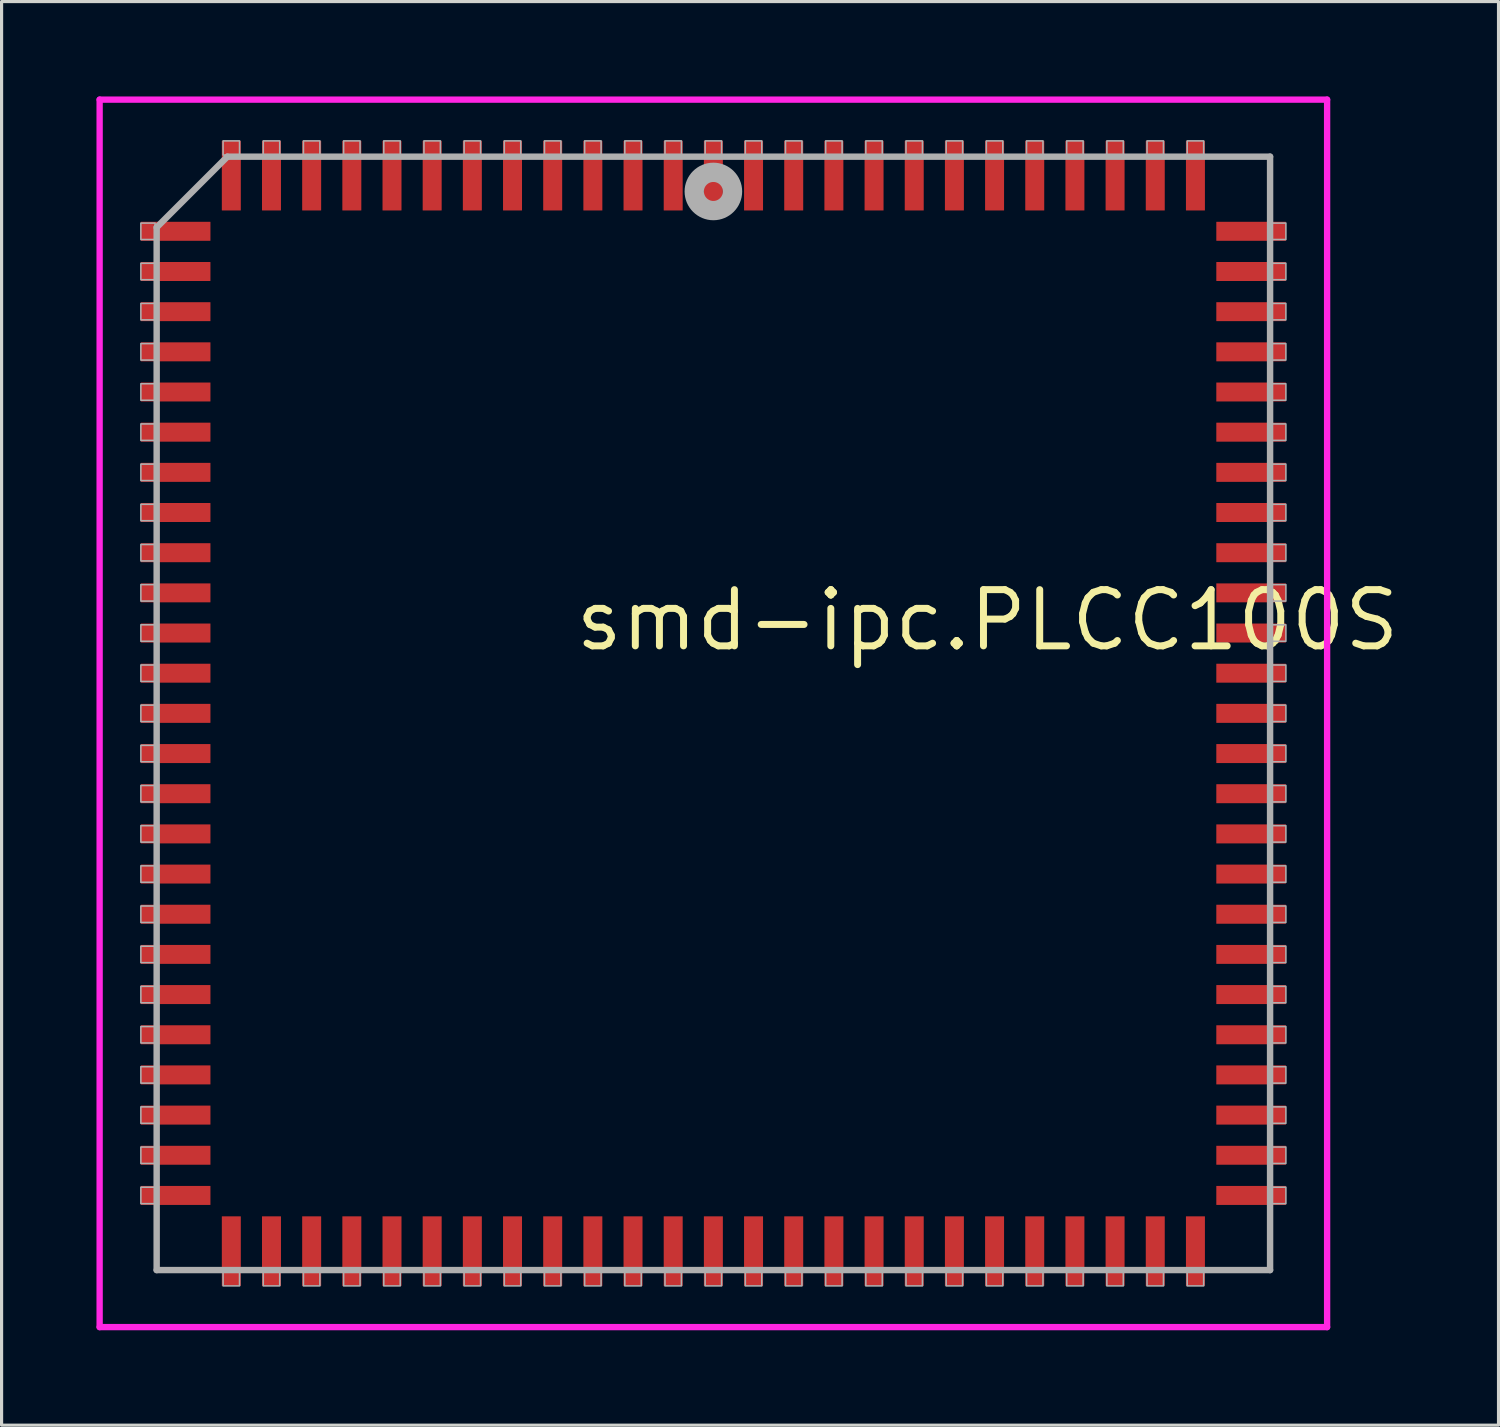
<source format=kicad_pcb>
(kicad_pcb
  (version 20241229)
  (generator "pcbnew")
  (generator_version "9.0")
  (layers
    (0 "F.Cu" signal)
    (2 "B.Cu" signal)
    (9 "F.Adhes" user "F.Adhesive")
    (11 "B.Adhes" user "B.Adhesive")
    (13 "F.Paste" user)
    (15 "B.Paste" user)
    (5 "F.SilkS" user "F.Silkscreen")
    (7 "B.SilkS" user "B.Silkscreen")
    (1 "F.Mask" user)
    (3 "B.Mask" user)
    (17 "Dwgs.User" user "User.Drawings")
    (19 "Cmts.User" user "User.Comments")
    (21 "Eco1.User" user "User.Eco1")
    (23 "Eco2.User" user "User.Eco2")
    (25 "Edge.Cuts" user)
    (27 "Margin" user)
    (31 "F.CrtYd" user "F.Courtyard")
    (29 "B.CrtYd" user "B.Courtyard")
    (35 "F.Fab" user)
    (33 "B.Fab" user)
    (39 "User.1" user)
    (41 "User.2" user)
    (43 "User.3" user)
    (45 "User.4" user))
  (footprint "smd-ipc.PLCC100S"
    (layer "F.Cu")
    (at 19.503 19.503)
    (property "Reference" "smd-ipc.PLCC100S" (at -4.475 -1.905 0) (layer "F.SilkS") (effects (font (size 1.778 1.778) (thickness 0.22)) (justify left bottom)))
    (attr smd)
    (fp_line (start -19.403 -19.403) (end 19.403 -19.403) (stroke (width 0.2) (type default)) (layer "F.CrtYd"))
    (fp_line (start -19.403 19.403) (end -19.403 -19.403) (stroke (width 0.2) (type default)) (layer "F.CrtYd"))
    (fp_line (start 19.403 -19.403) (end 19.403 19.403) (stroke (width 0.2) (type default)) (layer "F.CrtYd"))
    (fp_line (start 19.403 19.403) (end -19.403 19.403) (stroke (width 0.2) (type default)) (layer "F.CrtYd"))
    (fp_line (start -17.6 -15.365) (end -17.6 17.6) (stroke (width 0.203) (type default)) (layer "F.Fab"))
    (fp_line (start -17.6 17.6) (end 17.6 17.6) (stroke (width 0.203) (type default)) (layer "F.Fab"))
    (fp_line (start -15.365 -17.6) (end -17.6 -15.365) (stroke (width 0.203) (type default)) (layer "F.Fab"))
    (fp_line (start 17.6 -17.6) (end -15.365 -17.6) (stroke (width 0.203) (type default)) (layer "F.Fab"))
    (fp_line (start 17.6 17.6) (end 17.6 -17.6) (stroke (width 0.203) (type default)) (layer "F.Fab"))
    (fp_rect (start -18.1 -14.98) (end -17.65 -15.5) (stroke (width 0.05) (type default)) (fill no) (layer "F.Fab"))
    (fp_rect (start -18.1 -13.71) (end -17.65 -14.23) (stroke (width 0.05) (type default)) (fill no) (layer "F.Fab"))
    (fp_rect (start -18.1 -12.44) (end -17.65 -12.96) (stroke (width 0.05) (type default)) (fill no) (layer "F.Fab"))
    (fp_rect (start -18.1 -11.17) (end -17.65 -11.69) (stroke (width 0.05) (type default)) (fill no) (layer "F.Fab"))
    (fp_rect (start -18.1 -9.9) (end -17.65 -10.42) (stroke (width 0.05) (type default)) (fill no) (layer "F.Fab"))
    (fp_rect (start -18.1 -8.63) (end -17.65 -9.15) (stroke (width 0.05) (type default)) (fill no) (layer "F.Fab"))
    (fp_rect (start -18.1 -7.36) (end -17.65 -7.88) (stroke (width 0.05) (type default)) (fill no) (layer "F.Fab"))
    (fp_rect (start -18.1 -6.09) (end -17.65 -6.61) (stroke (width 0.05) (type default)) (fill no) (layer "F.Fab"))
    (fp_rect (start -18.1 -4.82) (end -17.65 -5.34) (stroke (width 0.05) (type default)) (fill no) (layer "F.Fab"))
    (fp_rect (start -18.1 -3.55) (end -17.65 -4.07) (stroke (width 0.05) (type default)) (fill no) (layer "F.Fab"))
    (fp_rect (start -18.1 -2.28) (end -17.65 -2.8) (stroke (width 0.05) (type default)) (fill no) (layer "F.Fab"))
    (fp_rect (start -18.1 -1.01) (end -17.65 -1.53) (stroke (width 0.05) (type default)) (fill no) (layer "F.Fab"))
    (fp_rect (start -18.1 0.26) (end -17.65 -0.26) (stroke (width 0.05) (type default)) (fill no) (layer "F.Fab"))
    (fp_rect (start -18.1 1.53) (end -17.65 1.01) (stroke (width 0.05) (type default)) (fill no) (layer "F.Fab"))
    (fp_rect (start -18.1 2.8) (end -17.65 2.28) (stroke (width 0.05) (type default)) (fill no) (layer "F.Fab"))
    (fp_rect (start -18.1 4.07) (end -17.65 3.55) (stroke (width 0.05) (type default)) (fill no) (layer "F.Fab"))
    (fp_rect (start -18.1 5.34) (end -17.65 4.82) (stroke (width 0.05) (type default)) (fill no) (layer "F.Fab"))
    (fp_rect (start -18.1 6.61) (end -17.65 6.09) (stroke (width 0.05) (type default)) (fill no) (layer "F.Fab"))
    (fp_rect (start -18.1 7.88) (end -17.65 7.36) (stroke (width 0.05) (type default)) (fill no) (layer "F.Fab"))
    (fp_rect (start -18.1 9.15) (end -17.65 8.63) (stroke (width 0.05) (type default)) (fill no) (layer "F.Fab"))
    (fp_rect (start -18.1 10.42) (end -17.65 9.9) (stroke (width 0.05) (type default)) (fill no) (layer "F.Fab"))
    (fp_rect (start -18.1 11.69) (end -17.65 11.17) (stroke (width 0.05) (type default)) (fill no) (layer "F.Fab"))
    (fp_rect (start -18.1 12.96) (end -17.65 12.44) (stroke (width 0.05) (type default)) (fill no) (layer "F.Fab"))
    (fp_rect (start -18.1 14.23) (end -17.65 13.71) (stroke (width 0.05) (type default)) (fill no) (layer "F.Fab"))
    (fp_rect (start -18.1 15.5) (end -17.65 14.98) (stroke (width 0.05) (type default)) (fill no) (layer "F.Fab"))
    (fp_rect (start -15.5 -17.65) (end -14.98 -18.1) (stroke (width 0.05) (type default)) (fill no) (layer "F.Fab"))
    (fp_rect (start -15.5 18.1) (end -14.98 17.65) (stroke (width 0.05) (type default)) (fill no) (layer "F.Fab"))
    (fp_rect (start -14.23 -17.65) (end -13.71 -18.1) (stroke (width 0.05) (type default)) (fill no) (layer "F.Fab"))
    (fp_rect (start -14.23 18.1) (end -13.71 17.65) (stroke (width 0.05) (type default)) (fill no) (layer "F.Fab"))
    (fp_rect (start -12.96 -17.65) (end -12.44 -18.1) (stroke (width 0.05) (type default)) (fill no) (layer "F.Fab"))
    (fp_rect (start -12.96 18.1) (end -12.44 17.65) (stroke (width 0.05) (type default)) (fill no) (layer "F.Fab"))
    (fp_rect (start -11.69 -17.65) (end -11.17 -18.1) (stroke (width 0.05) (type default)) (fill no) (layer "F.Fab"))
    (fp_rect (start -11.69 18.1) (end -11.17 17.65) (stroke (width 0.05) (type default)) (fill no) (layer "F.Fab"))
    (fp_rect (start -10.42 -17.65) (end -9.9 -18.1) (stroke (width 0.05) (type default)) (fill no) (layer "F.Fab"))
    (fp_rect (start -10.42 18.1) (end -9.9 17.65) (stroke (width 0.05) (type default)) (fill no) (layer "F.Fab"))
    (fp_rect (start -9.15 -17.65) (end -8.63 -18.1) (stroke (width 0.05) (type default)) (fill no) (layer "F.Fab"))
    (fp_rect (start -9.15 18.1) (end -8.63 17.65) (stroke (width 0.05) (type default)) (fill no) (layer "F.Fab"))
    (fp_rect (start -7.88 -17.65) (end -7.36 -18.1) (stroke (width 0.05) (type default)) (fill no) (layer "F.Fab"))
    (fp_rect (start -7.88 18.1) (end -7.36 17.65) (stroke (width 0.05) (type default)) (fill no) (layer "F.Fab"))
    (fp_rect (start -6.61 -17.65) (end -6.09 -18.1) (stroke (width 0.05) (type default)) (fill no) (layer "F.Fab"))
    (fp_rect (start -6.61 18.1) (end -6.09 17.65) (stroke (width 0.05) (type default)) (fill no) (layer "F.Fab"))
    (fp_rect (start -5.34 -17.65) (end -4.82 -18.1) (stroke (width 0.05) (type default)) (fill no) (layer "F.Fab"))
    (fp_rect (start -5.34 18.1) (end -4.82 17.65) (stroke (width 0.05) (type default)) (fill no) (layer "F.Fab"))
    (fp_rect (start -4.07 -17.65) (end -3.55 -18.1) (stroke (width 0.05) (type default)) (fill no) (layer "F.Fab"))
    (fp_rect (start -4.07 18.1) (end -3.55 17.65) (stroke (width 0.05) (type default)) (fill no) (layer "F.Fab"))
    (fp_rect (start -2.8 -17.65) (end -2.28 -18.1) (stroke (width 0.05) (type default)) (fill no) (layer "F.Fab"))
    (fp_rect (start -2.8 18.1) (end -2.28 17.65) (stroke (width 0.05) (type default)) (fill no) (layer "F.Fab"))
    (fp_rect (start -1.53 -17.65) (end -1.01 -18.1) (stroke (width 0.05) (type default)) (fill no) (layer "F.Fab"))
    (fp_rect (start -1.53 18.1) (end -1.01 17.65) (stroke (width 0.05) (type default)) (fill no) (layer "F.Fab"))
    (fp_rect (start -0.26 -17.65) (end 0.26 -18.1) (stroke (width 0.05) (type default)) (fill no) (layer "F.Fab"))
    (fp_rect (start -0.26 18.1) (end 0.26 17.65) (stroke (width 0.05) (type default)) (fill no) (layer "F.Fab"))
    (fp_rect (start 1.01 -17.65) (end 1.53 -18.1) (stroke (width 0.05) (type default)) (fill no) (layer "F.Fab"))
    (fp_rect (start 1.01 18.1) (end 1.53 17.65) (stroke (width 0.05) (type default)) (fill no) (layer "F.Fab"))
    (fp_rect (start 2.28 -17.65) (end 2.8 -18.1) (stroke (width 0.05) (type default)) (fill no) (layer "F.Fab"))
    (fp_rect (start 2.28 18.1) (end 2.8 17.65) (stroke (width 0.05) (type default)) (fill no) (layer "F.Fab"))
    (fp_rect (start 3.55 -17.65) (end 4.07 -18.1) (stroke (width 0.05) (type default)) (fill no) (layer "F.Fab"))
    (fp_rect (start 3.55 18.1) (end 4.07 17.65) (stroke (width 0.05) (type default)) (fill no) (layer "F.Fab"))
    (fp_rect (start 4.82 -17.65) (end 5.34 -18.1) (stroke (width 0.05) (type default)) (fill no) (layer "F.Fab"))
    (fp_rect (start 4.82 18.1) (end 5.34 17.65) (stroke (width 0.05) (type default)) (fill no) (layer "F.Fab"))
    (fp_rect (start 6.09 -17.65) (end 6.61 -18.1) (stroke (width 0.05) (type default)) (fill no) (layer "F.Fab"))
    (fp_rect (start 6.09 18.1) (end 6.61 17.65) (stroke (width 0.05) (type default)) (fill no) (layer "F.Fab"))
    (fp_rect (start 7.36 -17.65) (end 7.88 -18.1) (stroke (width 0.05) (type default)) (fill no) (layer "F.Fab"))
    (fp_rect (start 7.36 18.1) (end 7.88 17.65) (stroke (width 0.05) (type default)) (fill no) (layer "F.Fab"))
    (fp_rect (start 8.63 -17.65) (end 9.15 -18.1) (stroke (width 0.05) (type default)) (fill no) (layer "F.Fab"))
    (fp_rect (start 8.63 18.1) (end 9.15 17.65) (stroke (width 0.05) (type default)) (fill no) (layer "F.Fab"))
    (fp_rect (start 9.9 -17.65) (end 10.42 -18.1) (stroke (width 0.05) (type default)) (fill no) (layer "F.Fab"))
    (fp_rect (start 9.9 18.1) (end 10.42 17.65) (stroke (width 0.05) (type default)) (fill no) (layer "F.Fab"))
    (fp_rect (start 11.17 -17.65) (end 11.69 -18.1) (stroke (width 0.05) (type default)) (fill no) (layer "F.Fab"))
    (fp_rect (start 11.17 18.1) (end 11.69 17.65) (stroke (width 0.05) (type default)) (fill no) (layer "F.Fab"))
    (fp_rect (start 12.44 -17.65) (end 12.96 -18.1) (stroke (width 0.05) (type default)) (fill no) (layer "F.Fab"))
    (fp_rect (start 12.44 18.1) (end 12.96 17.65) (stroke (width 0.05) (type default)) (fill no) (layer "F.Fab"))
    (fp_rect (start 13.71 -17.65) (end 14.23 -18.1) (stroke (width 0.05) (type default)) (fill no) (layer "F.Fab"))
    (fp_rect (start 13.71 18.1) (end 14.23 17.65) (stroke (width 0.05) (type default)) (fill no) (layer "F.Fab"))
    (fp_rect (start 14.98 -17.65) (end 15.5 -18.1) (stroke (width 0.05) (type default)) (fill no) (layer "F.Fab"))
    (fp_rect (start 14.98 18.1) (end 15.5 17.65) (stroke (width 0.05) (type default)) (fill no) (layer "F.Fab"))
    (fp_rect (start 17.65 -14.98) (end 18.1 -15.5) (stroke (width 0.05) (type default)) (fill no) (layer "F.Fab"))
    (fp_rect (start 17.65 -13.71) (end 18.1 -14.23) (stroke (width 0.05) (type default)) (fill no) (layer "F.Fab"))
    (fp_rect (start 17.65 -12.44) (end 18.1 -12.96) (stroke (width 0.05) (type default)) (fill no) (layer "F.Fab"))
    (fp_rect (start 17.65 -11.17) (end 18.1 -11.69) (stroke (width 0.05) (type default)) (fill no) (layer "F.Fab"))
    (fp_rect (start 17.65 -9.9) (end 18.1 -10.42) (stroke (width 0.05) (type default)) (fill no) (layer "F.Fab"))
    (fp_rect (start 17.65 -8.63) (end 18.1 -9.15) (stroke (width 0.05) (type default)) (fill no) (layer "F.Fab"))
    (fp_rect (start 17.65 -7.36) (end 18.1 -7.88) (stroke (width 0.05) (type default)) (fill no) (layer "F.Fab"))
    (fp_rect (start 17.65 -6.09) (end 18.1 -6.61) (stroke (width 0.05) (type default)) (fill no) (layer "F.Fab"))
    (fp_rect (start 17.65 -4.82) (end 18.1 -5.34) (stroke (width 0.05) (type default)) (fill no) (layer "F.Fab"))
    (fp_rect (start 17.65 -3.55) (end 18.1 -4.07) (stroke (width 0.05) (type default)) (fill no) (layer "F.Fab"))
    (fp_rect (start 17.65 -2.28) (end 18.1 -2.8) (stroke (width 0.05) (type default)) (fill no) (layer "F.Fab"))
    (fp_rect (start 17.65 -1.01) (end 18.1 -1.53) (stroke (width 0.05) (type default)) (fill no) (layer "F.Fab"))
    (fp_rect (start 17.65 0.26) (end 18.1 -0.26) (stroke (width 0.05) (type default)) (fill no) (layer "F.Fab"))
    (fp_rect (start 17.65 1.53) (end 18.1 1.01) (stroke (width 0.05) (type default)) (fill no) (layer "F.Fab"))
    (fp_rect (start 17.65 2.8) (end 18.1 2.28) (stroke (width 0.05) (type default)) (fill no) (layer "F.Fab"))
    (fp_rect (start 17.65 4.07) (end 18.1 3.55) (stroke (width 0.05) (type default)) (fill no) (layer "F.Fab"))
    (fp_rect (start 17.65 5.34) (end 18.1 4.82) (stroke (width 0.05) (type default)) (fill no) (layer "F.Fab"))
    (fp_rect (start 17.65 6.61) (end 18.1 6.09) (stroke (width 0.05) (type default)) (fill no) (layer "F.Fab"))
    (fp_rect (start 17.65 7.88) (end 18.1 7.36) (stroke (width 0.05) (type default)) (fill no) (layer "F.Fab"))
    (fp_rect (start 17.65 9.15) (end 18.1 8.63) (stroke (width 0.05) (type default)) (fill no) (layer "F.Fab"))
    (fp_rect (start 17.65 10.42) (end 18.1 9.9) (stroke (width 0.05) (type default)) (fill no) (layer "F.Fab"))
    (fp_rect (start 17.65 11.69) (end 18.1 11.17) (stroke (width 0.05) (type default)) (fill no) (layer "F.Fab"))
    (fp_rect (start 17.65 12.96) (end 18.1 12.44) (stroke (width 0.05) (type default)) (fill no) (layer "F.Fab"))
    (fp_rect (start 17.65 14.23) (end 18.1 13.71) (stroke (width 0.05) (type default)) (fill no) (layer "F.Fab"))
    (fp_rect (start 17.65 15.5) (end 18.1 14.98) (stroke (width 0.05) (type default)) (fill no) (layer "F.Fab"))
    (fp_circle (center 0 -16.5) (end 0.3 -16.5) (stroke (width 0.61) (type default)) (fill no) (layer "F.Fab"))
    (pad "1" smd roundrect (at 0 -17) (size 0.6 2.2) (layers "F.Cu" "F.Mask" "F.Paste") (roundrect_rratio 0.01))
    (pad "2" smd roundrect (at -1.27 -17) (size 0.6 2.2) (layers "F.Cu" "F.Mask" "F.Paste") (roundrect_rratio 0.01))
    (pad "3" smd roundrect (at -2.54 -17) (size 0.6 2.2) (layers "F.Cu" "F.Mask" "F.Paste") (roundrect_rratio 0.01))
    (pad "4" smd roundrect (at -3.81 -17) (size 0.6 2.2) (layers "F.Cu" "F.Mask" "F.Paste") (roundrect_rratio 0.01))
    (pad "5" smd roundrect (at -5.08 -17) (size 0.6 2.2) (layers "F.Cu" "F.Mask" "F.Paste") (roundrect_rratio 0.01))
    (pad "6" smd roundrect (at -6.35 -17) (size 0.6 2.2) (layers "F.Cu" "F.Mask" "F.Paste") (roundrect_rratio 0.01))
    (pad "7" smd roundrect (at -7.62 -17) (size 0.6 2.2) (layers "F.Cu" "F.Mask" "F.Paste") (roundrect_rratio 0.01))
    (pad "8" smd roundrect (at -8.89 -17) (size 0.6 2.2) (layers "F.Cu" "F.Mask" "F.Paste") (roundrect_rratio 0.01))
    (pad "9" smd roundrect (at -10.16 -17) (size 0.6 2.2) (layers "F.Cu" "F.Mask" "F.Paste") (roundrect_rratio 0.01))
    (pad "10" smd roundrect (at -11.43 -17) (size 0.6 2.2) (layers "F.Cu" "F.Mask" "F.Paste") (roundrect_rratio 0.01))
    (pad "11" smd roundrect (at -12.7 -17) (size 0.6 2.2) (layers "F.Cu" "F.Mask" "F.Paste") (roundrect_rratio 0.01))
    (pad "12" smd roundrect (at -13.97 -17) (size 0.6 2.2) (layers "F.Cu" "F.Mask" "F.Paste") (roundrect_rratio 0.01))
    (pad "13" smd roundrect (at -15.24 -17) (size 0.6 2.2) (layers "F.Cu" "F.Mask" "F.Paste") (roundrect_rratio 0.01))
    (pad "14" smd roundrect (at -17 -15.24) (size 2.2 0.6) (layers "F.Cu" "F.Mask" "F.Paste") (roundrect_rratio 0.01))
    (pad "15" smd roundrect (at -17 -13.97) (size 2.2 0.6) (layers "F.Cu" "F.Mask" "F.Paste") (roundrect_rratio 0.01))
    (pad "16" smd roundrect (at -17 -12.7) (size 2.2 0.6) (layers "F.Cu" "F.Mask" "F.Paste") (roundrect_rratio 0.01))
    (pad "17" smd roundrect (at -17 -11.43) (size 2.2 0.6) (layers "F.Cu" "F.Mask" "F.Paste") (roundrect_rratio 0.01))
    (pad "18" smd roundrect (at -17 -10.16) (size 2.2 0.6) (layers "F.Cu" "F.Mask" "F.Paste") (roundrect_rratio 0.01))
    (pad "19" smd roundrect (at -17 -8.89) (size 2.2 0.6) (layers "F.Cu" "F.Mask" "F.Paste") (roundrect_rratio 0.01))
    (pad "20" smd roundrect (at -17 -7.62) (size 2.2 0.6) (layers "F.Cu" "F.Mask" "F.Paste") (roundrect_rratio 0.01))
    (pad "21" smd roundrect (at -17 -6.35) (size 2.2 0.6) (layers "F.Cu" "F.Mask" "F.Paste") (roundrect_rratio 0.01))
    (pad "22" smd roundrect (at -17 -5.08) (size 2.2 0.6) (layers "F.Cu" "F.Mask" "F.Paste") (roundrect_rratio 0.01))
    (pad "23" smd roundrect (at -17 -3.81) (size 2.2 0.6) (layers "F.Cu" "F.Mask" "F.Paste") (roundrect_rratio 0.01))
    (pad "24" smd roundrect (at -17 -2.54) (size 2.2 0.6) (layers "F.Cu" "F.Mask" "F.Paste") (roundrect_rratio 0.01))
    (pad "25" smd roundrect (at -17 -1.27) (size 2.2 0.6) (layers "F.Cu" "F.Mask" "F.Paste") (roundrect_rratio 0.01))
    (pad "26" smd roundrect (at -17 0) (size 2.2 0.6) (layers "F.Cu" "F.Mask" "F.Paste") (roundrect_rratio 0.01))
    (pad "27" smd roundrect (at -17 1.27) (size 2.2 0.6) (layers "F.Cu" "F.Mask" "F.Paste") (roundrect_rratio 0.01))
    (pad "28" smd roundrect (at -17 2.54) (size 2.2 0.6) (layers "F.Cu" "F.Mask" "F.Paste") (roundrect_rratio 0.01))
    (pad "29" smd roundrect (at -17 3.81) (size 2.2 0.6) (layers "F.Cu" "F.Mask" "F.Paste") (roundrect_rratio 0.01))
    (pad "30" smd roundrect (at -17 5.08) (size 2.2 0.6) (layers "F.Cu" "F.Mask" "F.Paste") (roundrect_rratio 0.01))
    (pad "31" smd roundrect (at -17 6.35) (size 2.2 0.6) (layers "F.Cu" "F.Mask" "F.Paste") (roundrect_rratio 0.01))
    (pad "32" smd roundrect (at -17 7.62) (size 2.2 0.6) (layers "F.Cu" "F.Mask" "F.Paste") (roundrect_rratio 0.01))
    (pad "33" smd roundrect (at -17 8.89) (size 2.2 0.6) (layers "F.Cu" "F.Mask" "F.Paste") (roundrect_rratio 0.01))
    (pad "34" smd roundrect (at -17 10.16) (size 2.2 0.6) (layers "F.Cu" "F.Mask" "F.Paste") (roundrect_rratio 0.01))
    (pad "35" smd roundrect (at -17 11.43) (size 2.2 0.6) (layers "F.Cu" "F.Mask" "F.Paste") (roundrect_rratio 0.01))
    (pad "36" smd roundrect (at -17 12.7) (size 2.2 0.6) (layers "F.Cu" "F.Mask" "F.Paste") (roundrect_rratio 0.01))
    (pad "37" smd roundrect (at -17 13.97) (size 2.2 0.6) (layers "F.Cu" "F.Mask" "F.Paste") (roundrect_rratio 0.01))
    (pad "38" smd roundrect (at -17 15.24) (size 2.2 0.6) (layers "F.Cu" "F.Mask" "F.Paste") (roundrect_rratio 0.01))
    (pad "39" smd roundrect (at -15.24 17) (size 0.6 2.2) (layers "F.Cu" "F.Mask" "F.Paste") (roundrect_rratio 0.01))
    (pad "40" smd roundrect (at -13.97 17) (size 0.6 2.2) (layers "F.Cu" "F.Mask" "F.Paste") (roundrect_rratio 0.01))
    (pad "41" smd roundrect (at -12.7 17) (size 0.6 2.2) (layers "F.Cu" "F.Mask" "F.Paste") (roundrect_rratio 0.01))
    (pad "42" smd roundrect (at -11.43 17) (size 0.6 2.2) (layers "F.Cu" "F.Mask" "F.Paste") (roundrect_rratio 0.01))
    (pad "43" smd roundrect (at -10.16 17) (size 0.6 2.2) (layers "F.Cu" "F.Mask" "F.Paste") (roundrect_rratio 0.01))
    (pad "44" smd roundrect (at -8.89 17) (size 0.6 2.2) (layers "F.Cu" "F.Mask" "F.Paste") (roundrect_rratio 0.01))
    (pad "45" smd roundrect (at -7.62 17) (size 0.6 2.2) (layers "F.Cu" "F.Mask" "F.Paste") (roundrect_rratio 0.01))
    (pad "46" smd roundrect (at -6.35 17) (size 0.6 2.2) (layers "F.Cu" "F.Mask" "F.Paste") (roundrect_rratio 0.01))
    (pad "47" smd roundrect (at -5.08 17) (size 0.6 2.2) (layers "F.Cu" "F.Mask" "F.Paste") (roundrect_rratio 0.01))
    (pad "48" smd roundrect (at -3.81 17) (size 0.6 2.2) (layers "F.Cu" "F.Mask" "F.Paste") (roundrect_rratio 0.01))
    (pad "49" smd roundrect (at -2.54 17) (size 0.6 2.2) (layers "F.Cu" "F.Mask" "F.Paste") (roundrect_rratio 0.01))
    (pad "50" smd roundrect (at -1.27 17) (size 0.6 2.2) (layers "F.Cu" "F.Mask" "F.Paste") (roundrect_rratio 0.01))
    (pad "51" smd roundrect (at 0 17) (size 0.6 2.2) (layers "F.Cu" "F.Mask" "F.Paste") (roundrect_rratio 0.01))
    (pad "52" smd roundrect (at 1.27 17) (size 0.6 2.2) (layers "F.Cu" "F.Mask" "F.Paste") (roundrect_rratio 0.01))
    (pad "53" smd roundrect (at 2.54 17) (size 0.6 2.2) (layers "F.Cu" "F.Mask" "F.Paste") (roundrect_rratio 0.01))
    (pad "54" smd roundrect (at 3.81 17) (size 0.6 2.2) (layers "F.Cu" "F.Mask" "F.Paste") (roundrect_rratio 0.01))
    (pad "55" smd roundrect (at 5.08 17) (size 0.6 2.2) (layers "F.Cu" "F.Mask" "F.Paste") (roundrect_rratio 0.01))
    (pad "56" smd roundrect (at 6.35 17) (size 0.6 2.2) (layers "F.Cu" "F.Mask" "F.Paste") (roundrect_rratio 0.01))
    (pad "57" smd roundrect (at 7.62 17) (size 0.6 2.2) (layers "F.Cu" "F.Mask" "F.Paste") (roundrect_rratio 0.01))
    (pad "58" smd roundrect (at 8.89 17) (size 0.6 2.2) (layers "F.Cu" "F.Mask" "F.Paste") (roundrect_rratio 0.01))
    (pad "59" smd roundrect (at 10.16 17) (size 0.6 2.2) (layers "F.Cu" "F.Mask" "F.Paste") (roundrect_rratio 0.01))
    (pad "60" smd roundrect (at 11.43 17) (size 0.6 2.2) (layers "F.Cu" "F.Mask" "F.Paste") (roundrect_rratio 0.01))
    (pad "61" smd roundrect (at 12.7 17) (size 0.6 2.2) (layers "F.Cu" "F.Mask" "F.Paste") (roundrect_rratio 0.01))
    (pad "62" smd roundrect (at 13.97 17) (size 0.6 2.2) (layers "F.Cu" "F.Mask" "F.Paste") (roundrect_rratio 0.01))
    (pad "63" smd roundrect (at 15.24 17) (size 0.6 2.2) (layers "F.Cu" "F.Mask" "F.Paste") (roundrect_rratio 0.01))
    (pad "64" smd roundrect (at 17 15.24) (size 2.2 0.6) (layers "F.Cu" "F.Mask" "F.Paste") (roundrect_rratio 0.01))
    (pad "65" smd roundrect (at 17 13.97) (size 2.2 0.6) (layers "F.Cu" "F.Mask" "F.Paste") (roundrect_rratio 0.01))
    (pad "66" smd roundrect (at 17 12.7) (size 2.2 0.6) (layers "F.Cu" "F.Mask" "F.Paste") (roundrect_rratio 0.01))
    (pad "67" smd roundrect (at 17 11.43) (size 2.2 0.6) (layers "F.Cu" "F.Mask" "F.Paste") (roundrect_rratio 0.01))
    (pad "68" smd roundrect (at 17 10.16) (size 2.2 0.6) (layers "F.Cu" "F.Mask" "F.Paste") (roundrect_rratio 0.01))
    (pad "69" smd roundrect (at 17 8.89) (size 2.2 0.6) (layers "F.Cu" "F.Mask" "F.Paste") (roundrect_rratio 0.01))
    (pad "70" smd roundrect (at 17 7.62) (size 2.2 0.6) (layers "F.Cu" "F.Mask" "F.Paste") (roundrect_rratio 0.01))
    (pad "71" smd roundrect (at 17 6.35) (size 2.2 0.6) (layers "F.Cu" "F.Mask" "F.Paste") (roundrect_rratio 0.01))
    (pad "72" smd roundrect (at 17 5.08) (size 2.2 0.6) (layers "F.Cu" "F.Mask" "F.Paste") (roundrect_rratio 0.01))
    (pad "73" smd roundrect (at 17 3.81) (size 2.2 0.6) (layers "F.Cu" "F.Mask" "F.Paste") (roundrect_rratio 0.01))
    (pad "74" smd roundrect (at 17 2.54) (size 2.2 0.6) (layers "F.Cu" "F.Mask" "F.Paste") (roundrect_rratio 0.01))
    (pad "75" smd roundrect (at 17 1.27) (size 2.2 0.6) (layers "F.Cu" "F.Mask" "F.Paste") (roundrect_rratio 0.01))
    (pad "76" smd roundrect (at 17 0) (size 2.2 0.6) (layers "F.Cu" "F.Mask" "F.Paste") (roundrect_rratio 0.01))
    (pad "77" smd roundrect (at 17 -1.27) (size 2.2 0.6) (layers "F.Cu" "F.Mask" "F.Paste") (roundrect_rratio 0.01))
    (pad "78" smd roundrect (at 17 -2.54) (size 2.2 0.6) (layers "F.Cu" "F.Mask" "F.Paste") (roundrect_rratio 0.01))
    (pad "79" smd roundrect (at 17 -3.81) (size 2.2 0.6) (layers "F.Cu" "F.Mask" "F.Paste") (roundrect_rratio 0.01))
    (pad "80" smd roundrect (at 17 -5.08) (size 2.2 0.6) (layers "F.Cu" "F.Mask" "F.Paste") (roundrect_rratio 0.01))
    (pad "81" smd roundrect (at 17 -6.35) (size 2.2 0.6) (layers "F.Cu" "F.Mask" "F.Paste") (roundrect_rratio 0.01))
    (pad "82" smd roundrect (at 17 -7.62) (size 2.2 0.6) (layers "F.Cu" "F.Mask" "F.Paste") (roundrect_rratio 0.01))
    (pad "83" smd roundrect (at 17 -8.89) (size 2.2 0.6) (layers "F.Cu" "F.Mask" "F.Paste") (roundrect_rratio 0.01))
    (pad "84" smd roundrect (at 17 -10.16) (size 2.2 0.6) (layers "F.Cu" "F.Mask" "F.Paste") (roundrect_rratio 0.01))
    (pad "85" smd roundrect (at 17 -11.43) (size 2.2 0.6) (layers "F.Cu" "F.Mask" "F.Paste") (roundrect_rratio 0.01))
    (pad "86" smd roundrect (at 17 -12.7) (size 2.2 0.6) (layers "F.Cu" "F.Mask" "F.Paste") (roundrect_rratio 0.01))
    (pad "87" smd roundrect (at 17 -13.97) (size 2.2 0.6) (layers "F.Cu" "F.Mask" "F.Paste") (roundrect_rratio 0.01))
    (pad "88" smd roundrect (at 17 -15.24) (size 2.2 0.6) (layers "F.Cu" "F.Mask" "F.Paste") (roundrect_rratio 0.01))
    (pad "89" smd roundrect (at 15.24 -17) (size 0.6 2.2) (layers "F.Cu" "F.Mask" "F.Paste") (roundrect_rratio 0.01))
    (pad "90" smd roundrect (at 13.97 -17) (size 0.6 2.2) (layers "F.Cu" "F.Mask" "F.Paste") (roundrect_rratio 0.01))
    (pad "91" smd roundrect (at 12.7 -17) (size 0.6 2.2) (layers "F.Cu" "F.Mask" "F.Paste") (roundrect_rratio 0.01))
    (pad "92" smd roundrect (at 11.43 -17) (size 0.6 2.2) (layers "F.Cu" "F.Mask" "F.Paste") (roundrect_rratio 0.01))
    (pad "93" smd roundrect (at 10.16 -17) (size 0.6 2.2) (layers "F.Cu" "F.Mask" "F.Paste") (roundrect_rratio 0.01))
    (pad "94" smd roundrect (at 8.89 -17) (size 0.6 2.2) (layers "F.Cu" "F.Mask" "F.Paste") (roundrect_rratio 0.01))
    (pad "95" smd roundrect (at 7.62 -17) (size 0.6 2.2) (layers "F.Cu" "F.Mask" "F.Paste") (roundrect_rratio 0.01))
    (pad "96" smd roundrect (at 6.35 -17) (size 0.6 2.2) (layers "F.Cu" "F.Mask" "F.Paste") (roundrect_rratio 0.01))
    (pad "97" smd roundrect (at 5.08 -17) (size 0.6 2.2) (layers "F.Cu" "F.Mask" "F.Paste") (roundrect_rratio 0.01))
    (pad "98" smd roundrect (at 3.81 -17) (size 0.6 2.2) (layers "F.Cu" "F.Mask" "F.Paste") (roundrect_rratio 0.01))
    (pad "99" smd roundrect (at 2.54 -17) (size 0.6 2.2) (layers "F.Cu" "F.Mask" "F.Paste") (roundrect_rratio 0.01))
    (pad "100" smd roundrect (at 1.27 -17) (size 0.6 2.2) (layers "F.Cu" "F.Mask" "F.Paste") (roundrect_rratio 0.01)))
  (gr_rect
    (start -3 -3)
    (end 44.325 42.006)
    (stroke (width 0.1) (type default))
    (fill no)
    (layer "Edge.Cuts")))
</source>
